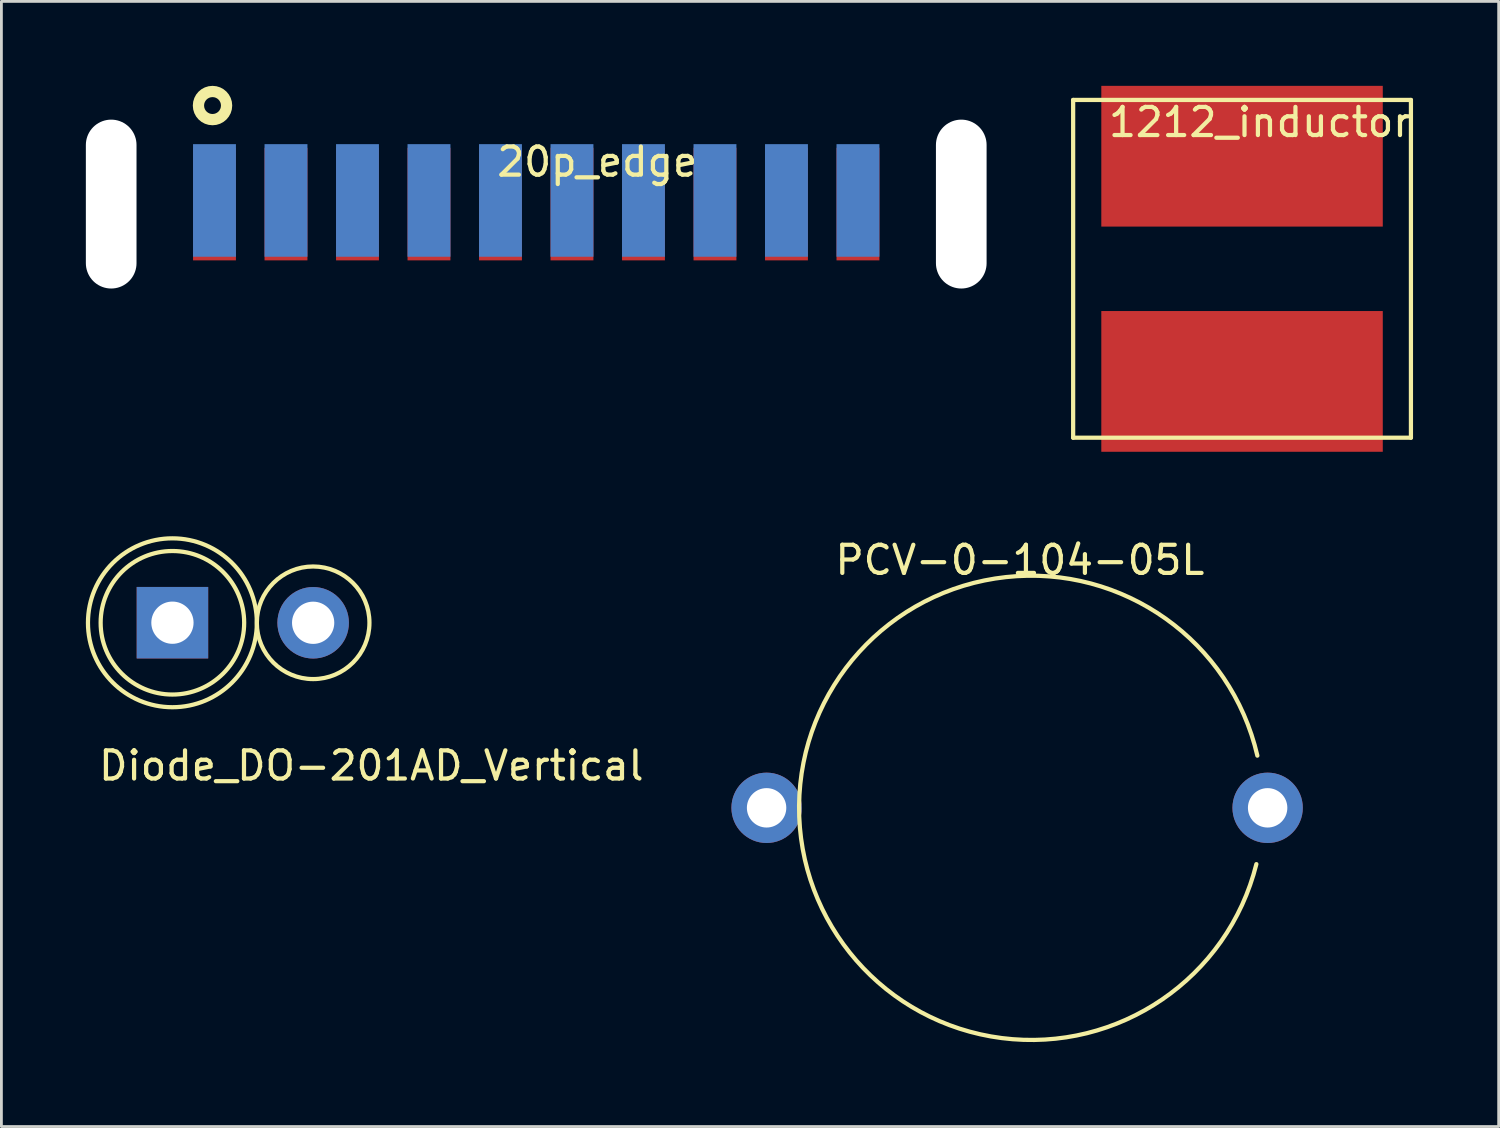
<source format=kicad_pcb>
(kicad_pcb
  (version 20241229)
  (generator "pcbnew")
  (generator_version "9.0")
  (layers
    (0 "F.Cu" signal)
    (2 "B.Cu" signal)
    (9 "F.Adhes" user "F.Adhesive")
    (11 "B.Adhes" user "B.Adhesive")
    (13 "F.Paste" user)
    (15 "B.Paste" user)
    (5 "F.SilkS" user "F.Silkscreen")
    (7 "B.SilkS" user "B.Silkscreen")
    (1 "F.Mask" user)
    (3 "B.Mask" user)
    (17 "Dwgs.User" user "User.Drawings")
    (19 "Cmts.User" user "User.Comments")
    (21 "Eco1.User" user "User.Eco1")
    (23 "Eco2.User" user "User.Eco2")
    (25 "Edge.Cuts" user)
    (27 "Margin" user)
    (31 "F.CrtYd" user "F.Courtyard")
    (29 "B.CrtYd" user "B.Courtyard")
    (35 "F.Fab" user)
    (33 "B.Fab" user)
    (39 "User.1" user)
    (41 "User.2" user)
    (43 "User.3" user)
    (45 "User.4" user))
  (footprint "1212_inductor"
    (layer "F.Cu")
    (at 41.075 6.5)
    (property "Reference" "1212_inductor" (at 0.635 -5.207 0) (layer "F.SilkS") (effects (font (size 1 1) (thickness 0.15))))
    (attr through_hole)
    (fp_line (start -6 -6) (end -6 6) (stroke (width 0.15) (type solid)) (layer "F.SilkS"))
    (fp_line (start -6 6) (end 6 6) (stroke (width 0.15) (type solid)) (layer "F.SilkS"))
    (fp_line (start 6 -6) (end -6 -6) (stroke (width 0.15) (type solid)) (layer "F.SilkS"))
    (fp_line (start 6 6) (end 6 -6) (stroke (width 0.15) (type solid)) (layer "F.SilkS"))
    (pad "1" smd rect (at 0 -4) (size 10 5) (layers "F.Cu" "F.Mask" "F.Paste"))
    (pad "2" smd rect (at 0 4) (size 10 5) (layers "F.Cu" "F.Mask" "F.Paste")))
  (footprint "Diode_DO-201AD_Vertical"
    (layer "F.Cu")
    (at 3.075 19.075)
    (property "Reference" "Diode_DO-201AD_Vertical" (at 7.067 5.077 0) (layer "F.SilkS") (effects (font (size 1 1) (thickness 0.15))))
    (attr through_hole)
    (fp_circle (center 0 0) (end 2.5 0.5) (stroke (width 0.15) (type solid)) (fill no) (layer "F.SilkS"))
    (fp_circle (center 0 0) (end 3 0) (stroke (width 0.15) (type solid)) (fill no) (layer "F.SilkS"))
    (fp_circle (center 5 0) (end 3 0) (stroke (width 0.15) (type solid)) (fill no) (layer "F.SilkS"))
    (pad "1" thru_hole rect (at 0.001 -0.003 180) (size 2.54 2.54) (drill 1.501) (layers "*.Cu" "*.Mask"))
    (pad "2" thru_hole circle (at 5 0 180) (size 2.54 2.54) (drill 1.501) (layers "*.Cu" "*.Mask")))
  (footprint "20p_edge"
    (layer "F.Cu")
    (at 16 2.2)
    (property "Reference" "20p_edge" (at 2.17 0.5 0) (layer "F.SilkS") (effects (font (size 1 1) (thickness 0.15))))
    (attr through_hole)
    (fp_circle (center -11.5 -1.5) (end -11 -1.5) (stroke (width 0.4) (type solid)) (fill no) (layer "F.SilkS"))
    (pad "" np_thru_hole oval (at -15.1 2) (size 1.8 6) (drill oval 1.8 6) (layers "*.Cu" "*.Mask"))
    (pad "" np_thru_hole oval (at 15.1 2) (size 1.8 6) (drill oval 1.8 6) (layers "*.Cu" "*.Mask"))
    (pad "1" smd rect (at -11.43 2) (size 1.524 4) (layers "F.Cu" "F.Mask"))
    (pad "2" smd rect (at -11.43 1.871) (size 1.524 4) (layers "B.Cu" "B.Mask"))
    (pad "3" smd rect (at -8.89 2) (size 1.524 4) (layers "F.Cu" "F.Mask"))
    (pad "4" smd rect (at -8.89 1.871) (size 1.524 4) (layers "B.Cu" "B.Mask"))
    (pad "5" smd rect (at -6.35 2) (size 1.524 4) (layers "F.Cu" "F.Mask"))
    (pad "6" smd rect (at -6.35 1.871) (size 1.524 4) (layers "B.Cu" "B.Mask"))
    (pad "7" smd rect (at -3.81 2) (size 1.524 4) (layers "F.Cu" "F.Mask"))
    (pad "8" smd rect (at -3.81 1.871) (size 1.524 4) (layers "B.Cu" "B.Mask"))
    (pad "9" smd rect (at -1.27 2) (size 1.524 4) (layers "F.Cu" "F.Mask"))
    (pad "10" smd rect (at -1.27 1.871) (size 1.524 4) (layers "B.Cu" "B.Mask"))
    (pad "11" smd rect (at 1.27 2) (size 1.524 4) (layers "F.Cu" "F.Mask"))
    (pad "12" smd rect (at 1.27 1.871) (size 1.524 4) (layers "B.Cu" "B.Mask"))
    (pad "13" smd rect (at 3.81 2) (size 1.524 4) (layers "F.Cu" "F.Mask"))
    (pad "14" smd rect (at 3.81 1.871) (size 1.524 4) (layers "B.Cu" "B.Mask"))
    (pad "15" smd rect (at 6.35 2) (size 1.524 4) (layers "F.Cu" "F.Mask"))
    (pad "16" smd rect (at 6.35 1.871) (size 1.524 4) (layers "B.Cu" "B.Mask"))
    (pad "17" smd rect (at 8.89 2) (size 1.524 4) (layers "F.Cu" "F.Mask"))
    (pad "18" smd rect (at 8.89 1.871) (size 1.524 4) (layers "B.Cu" "B.Mask"))
    (pad "19" smd rect (at 11.43 2) (size 1.524 4) (layers "F.Cu" "F.Mask"))
    (pad "20" smd rect (at 11.43 1.871) (size 1.524 4) (layers "B.Cu" "B.Mask")))
  (footprint "PCV-0-104-05L"
    (layer "F.Cu")
    (at 33.084 25.649)
    (property "Reference" "PCV-0-104-05L" (at 0.099 -8.801 0) (layer "F.SilkS") (effects (font (size 1 1) (thickness 0.15))))
    (attr through_hole)
    (fp_arc (start 8.5 2) (mid -7.745871 -0.074956) (end 8.535036 -1.854239) (stroke (width 0.15) (type solid)) (layer "F.SilkS"))
    (pad "1" thru_hole circle (at -8.9 0) (size 2.499 2.499) (drill 1.4) (layers "*.Cu" "*.Mask"))
    (pad "2" thru_hole circle (at 8.9 0) (size 2.499 2.499) (drill 1.4) (layers "*.Cu" "*.Mask")))
  (gr_rect
    (start -3 -3)
    (end 50.192 36.971)
    (stroke (width 0.1) (type default))
    (fill no)
    (layer "Edge.Cuts")))
</source>
